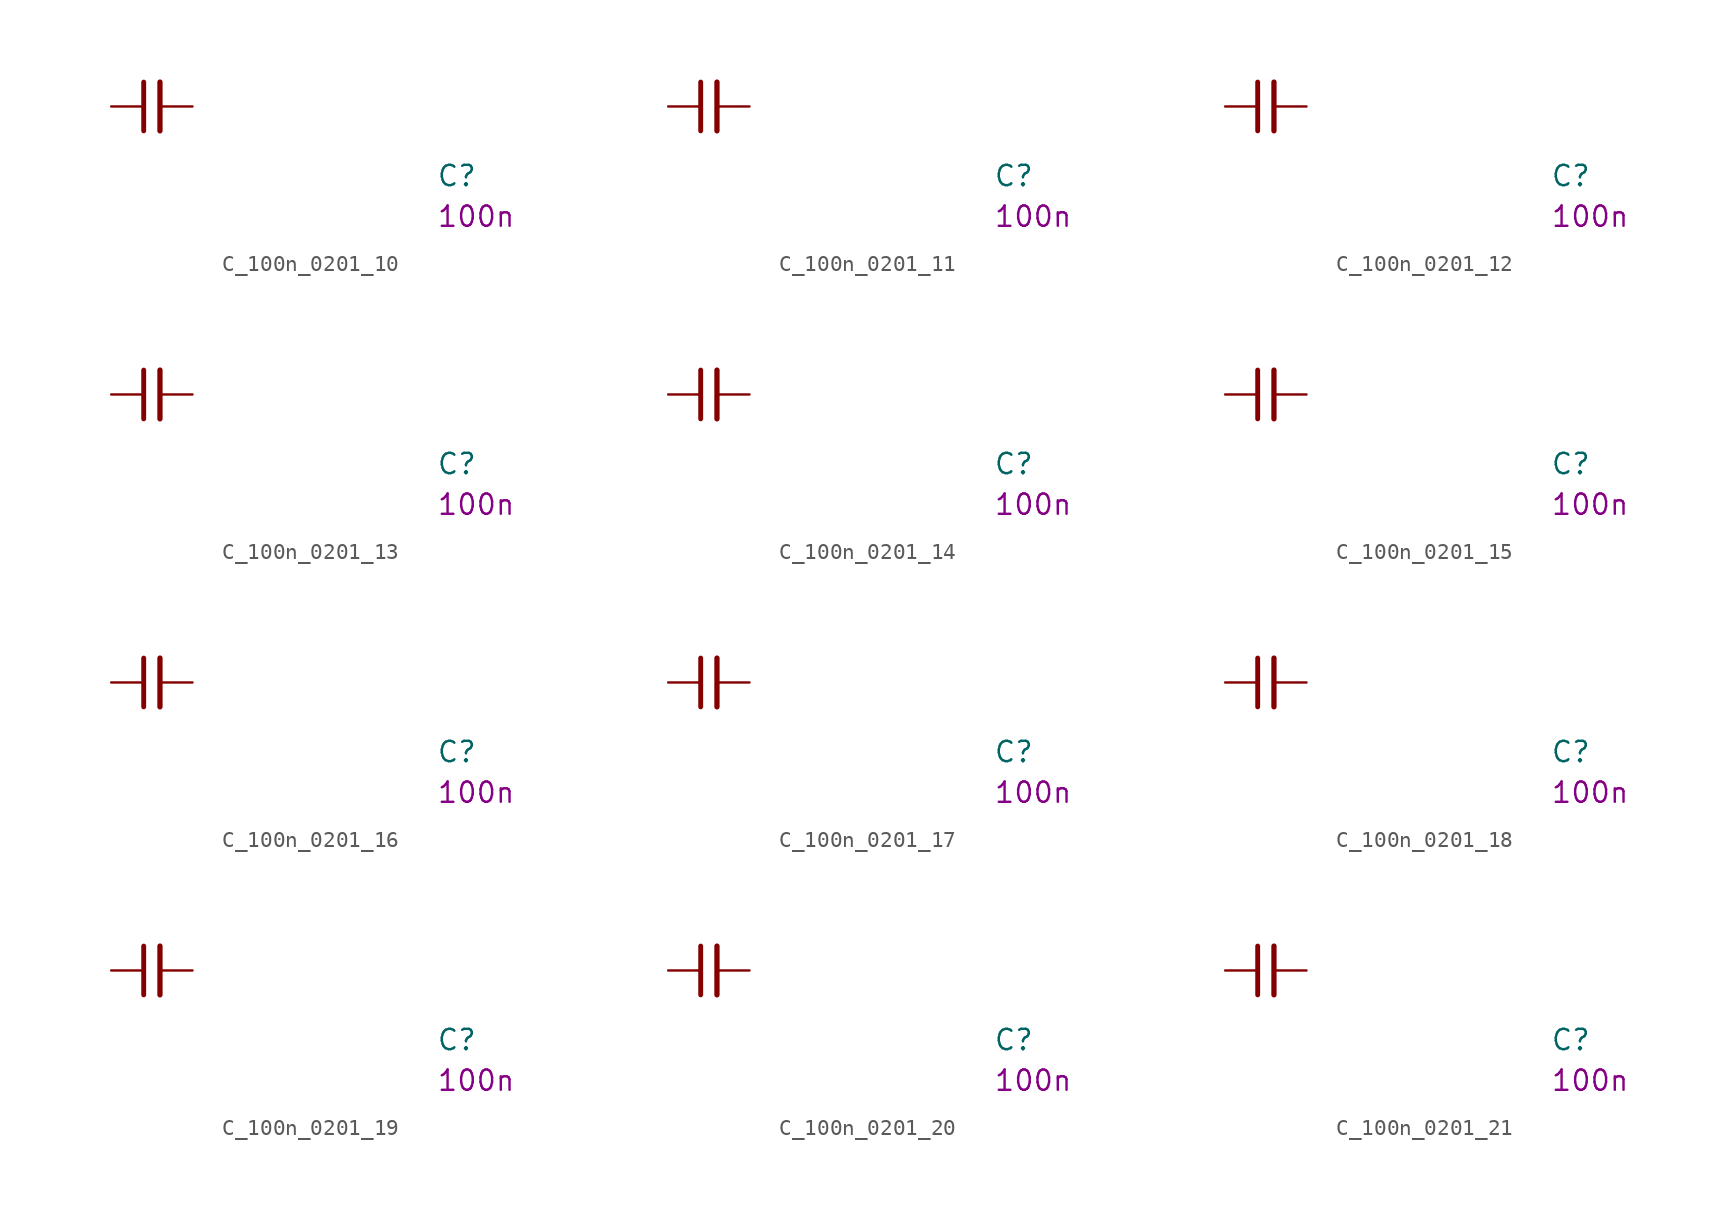
<source format=kicad_sym>
(kicad_symbol_lib
  (version 20211014)
  (generator kicad_symbol_editor)
  (symbol "lpddr4-testbed:C_100n_0201_10"
    (pin_numbers hide)
    (pin_names hide)
    (property "Reference" "C"
      (at 20.32 -5.08 0)
      (effects (font (size 1.27 1.27) (thickness 0.15)) (justify left bottom)))
    (property "Val" "100n"
      (at 20.32 -7.62 0)
      (effects (font (size 1.27 1.27) (thickness 0.15)) (justify left bottom)))
    (symbol "C_100n_0201_10_0_1"
      (polyline (pts (xy 2.032 -1.524) (xy 2.032 1.524)) (stroke (width 0.305) (type default)) (fill (type none)))
      (polyline (pts (xy 3.048 -1.524) (xy 3.048 1.524)) (stroke (width 0.33) (type default)) (fill (type none))))
    (symbol "C_100n_0201_10_1_1"
      (pin passive line (at 0 0 0) (length 2.032) (name "~" (effects (font (size 1.27 1.27)))) (number "1" (effects (font (size 1.27 1.27)))))
      (pin passive line (at 5.08 0 180) (length 2.032) (name "~" (effects (font (size 1.27 1.27)))) (number "2" (effects (font (size 1.27 1.27)))))))
  (symbol "lpddr4-testbed:C_100n_0201_11"
    (pin_numbers hide)
    (pin_names hide)
    (property "Reference" "C"
      (at 20.32 -5.08 0)
      (effects (font (size 1.27 1.27) (thickness 0.15)) (justify left bottom)))
    (property "Val" "100n"
      (at 20.32 -7.62 0)
      (effects (font (size 1.27 1.27) (thickness 0.15)) (justify left bottom)))
    (symbol "C_100n_0201_11_0_1"
      (polyline (pts (xy 2.032 -1.524) (xy 2.032 1.524)) (stroke (width 0.305) (type default)) (fill (type none)))
      (polyline (pts (xy 3.048 -1.524) (xy 3.048 1.524)) (stroke (width 0.33) (type default)) (fill (type none))))
    (symbol "C_100n_0201_11_1_1"
      (pin passive line (at 0 0 0) (length 2.032) (name "~" (effects (font (size 1.27 1.27)))) (number "1" (effects (font (size 1.27 1.27)))))
      (pin passive line (at 5.08 0 180) (length 2.032) (name "~" (effects (font (size 1.27 1.27)))) (number "2" (effects (font (size 1.27 1.27)))))))
  (symbol "lpddr4-testbed:C_100n_0201_12"
    (pin_numbers hide)
    (pin_names hide)
    (property "Reference" "C"
      (at 20.32 -5.08 0)
      (effects (font (size 1.27 1.27) (thickness 0.15)) (justify left bottom)))
    (property "Val" "100n"
      (at 20.32 -7.62 0)
      (effects (font (size 1.27 1.27) (thickness 0.15)) (justify left bottom)))
    (symbol "C_100n_0201_12_0_1"
      (polyline (pts (xy 2.032 -1.524) (xy 2.032 1.524)) (stroke (width 0.305) (type default)) (fill (type none)))
      (polyline (pts (xy 3.048 -1.524) (xy 3.048 1.524)) (stroke (width 0.33) (type default)) (fill (type none))))
    (symbol "C_100n_0201_12_1_1"
      (pin passive line (at 0 0 0) (length 2.032) (name "~" (effects (font (size 1.27 1.27)))) (number "1" (effects (font (size 1.27 1.27)))))
      (pin passive line (at 5.08 0 180) (length 2.032) (name "~" (effects (font (size 1.27 1.27)))) (number "2" (effects (font (size 1.27 1.27)))))))
  (symbol "lpddr4-testbed:C_100n_0201_13"
    (pin_numbers hide)
    (pin_names hide)
    (property "Reference" "C"
      (at 20.32 -5.08 0)
      (effects (font (size 1.27 1.27) (thickness 0.15)) (justify left bottom)))
    (property "Val" "100n"
      (at 20.32 -7.62 0)
      (effects (font (size 1.27 1.27) (thickness 0.15)) (justify left bottom)))
    (symbol "C_100n_0201_13_0_1"
      (polyline (pts (xy 2.032 -1.524) (xy 2.032 1.524)) (stroke (width 0.305) (type default)) (fill (type none)))
      (polyline (pts (xy 3.048 -1.524) (xy 3.048 1.524)) (stroke (width 0.33) (type default)) (fill (type none))))
    (symbol "C_100n_0201_13_1_1"
      (pin passive line (at 0 0 0) (length 2.032) (name "~" (effects (font (size 1.27 1.27)))) (number "1" (effects (font (size 1.27 1.27)))))
      (pin passive line (at 5.08 0 180) (length 2.032) (name "~" (effects (font (size 1.27 1.27)))) (number "2" (effects (font (size 1.27 1.27)))))))
  (symbol "lpddr4-testbed:C_100n_0201_14"
    (pin_numbers hide)
    (pin_names hide)
    (property "Reference" "C"
      (at 20.32 -5.08 0)
      (effects (font (size 1.27 1.27) (thickness 0.15)) (justify left bottom)))
    (property "Val" "100n"
      (at 20.32 -7.62 0)
      (effects (font (size 1.27 1.27) (thickness 0.15)) (justify left bottom)))
    (symbol "C_100n_0201_14_0_1"
      (polyline (pts (xy 2.032 -1.524) (xy 2.032 1.524)) (stroke (width 0.305) (type default)) (fill (type none)))
      (polyline (pts (xy 3.048 -1.524) (xy 3.048 1.524)) (stroke (width 0.33) (type default)) (fill (type none))))
    (symbol "C_100n_0201_14_1_1"
      (pin passive line (at 0 0 0) (length 2.032) (name "~" (effects (font (size 1.27 1.27)))) (number "1" (effects (font (size 1.27 1.27)))))
      (pin passive line (at 5.08 0 180) (length 2.032) (name "~" (effects (font (size 1.27 1.27)))) (number "2" (effects (font (size 1.27 1.27)))))))
  (symbol "lpddr4-testbed:C_100n_0201_15"
    (pin_numbers hide)
    (pin_names hide)
    (property "Reference" "C"
      (at 20.32 -5.08 0)
      (effects (font (size 1.27 1.27) (thickness 0.15)) (justify left bottom)))
    (property "Val" "100n"
      (at 20.32 -7.62 0)
      (effects (font (size 1.27 1.27) (thickness 0.15)) (justify left bottom)))
    (symbol "C_100n_0201_15_0_1"
      (polyline (pts (xy 2.032 -1.524) (xy 2.032 1.524)) (stroke (width 0.305) (type default)) (fill (type none)))
      (polyline (pts (xy 3.048 -1.524) (xy 3.048 1.524)) (stroke (width 0.33) (type default)) (fill (type none))))
    (symbol "C_100n_0201_15_1_1"
      (pin passive line (at 0 0 0) (length 2.032) (name "~" (effects (font (size 1.27 1.27)))) (number "1" (effects (font (size 1.27 1.27)))))
      (pin passive line (at 5.08 0 180) (length 2.032) (name "~" (effects (font (size 1.27 1.27)))) (number "2" (effects (font (size 1.27 1.27)))))))
  (symbol "lpddr4-testbed:C_100n_0201_16"
    (pin_numbers hide)
    (pin_names hide)
    (property "Reference" "C"
      (at 20.32 -5.08 0)
      (effects (font (size 1.27 1.27) (thickness 0.15)) (justify left bottom)))
    (property "Val" "100n"
      (at 20.32 -7.62 0)
      (effects (font (size 1.27 1.27) (thickness 0.15)) (justify left bottom)))
    (symbol "C_100n_0201_16_0_1"
      (polyline (pts (xy 2.032 -1.524) (xy 2.032 1.524)) (stroke (width 0.305) (type default)) (fill (type none)))
      (polyline (pts (xy 3.048 -1.524) (xy 3.048 1.524)) (stroke (width 0.33) (type default)) (fill (type none))))
    (symbol "C_100n_0201_16_1_1"
      (pin passive line (at 0 0 0) (length 2.032) (name "~" (effects (font (size 1.27 1.27)))) (number "1" (effects (font (size 1.27 1.27)))))
      (pin passive line (at 5.08 0 180) (length 2.032) (name "~" (effects (font (size 1.27 1.27)))) (number "2" (effects (font (size 1.27 1.27)))))))
  (symbol "lpddr4-testbed:C_100n_0201_17"
    (pin_numbers hide)
    (pin_names hide)
    (property "Reference" "C"
      (at 20.32 -5.08 0)
      (effects (font (size 1.27 1.27) (thickness 0.15)) (justify left bottom)))
    (property "Val" "100n"
      (at 20.32 -7.62 0)
      (effects (font (size 1.27 1.27) (thickness 0.15)) (justify left bottom)))
    (symbol "C_100n_0201_17_0_1"
      (polyline (pts (xy 2.032 -1.524) (xy 2.032 1.524)) (stroke (width 0.305) (type default)) (fill (type none)))
      (polyline (pts (xy 3.048 -1.524) (xy 3.048 1.524)) (stroke (width 0.33) (type default)) (fill (type none))))
    (symbol "C_100n_0201_17_1_1"
      (pin passive line (at 0 0 0) (length 2.032) (name "~" (effects (font (size 1.27 1.27)))) (number "1" (effects (font (size 1.27 1.27)))))
      (pin passive line (at 5.08 0 180) (length 2.032) (name "~" (effects (font (size 1.27 1.27)))) (number "2" (effects (font (size 1.27 1.27)))))))
  (symbol "lpddr4-testbed:C_100n_0201_18"
    (pin_numbers hide)
    (pin_names hide)
    (property "Reference" "C"
      (at 20.32 -5.08 0)
      (effects (font (size 1.27 1.27) (thickness 0.15)) (justify left bottom)))
    (property "Val" "100n"
      (at 20.32 -7.62 0)
      (effects (font (size 1.27 1.27) (thickness 0.15)) (justify left bottom)))
    (symbol "C_100n_0201_18_0_1"
      (polyline (pts (xy 2.032 -1.524) (xy 2.032 1.524)) (stroke (width 0.305) (type default)) (fill (type none)))
      (polyline (pts (xy 3.048 -1.524) (xy 3.048 1.524)) (stroke (width 0.33) (type default)) (fill (type none))))
    (symbol "C_100n_0201_18_1_1"
      (pin passive line (at 0 0 0) (length 2.032) (name "~" (effects (font (size 1.27 1.27)))) (number "1" (effects (font (size 1.27 1.27)))))
      (pin passive line (at 5.08 0 180) (length 2.032) (name "~" (effects (font (size 1.27 1.27)))) (number "2" (effects (font (size 1.27 1.27)))))))
  (symbol "lpddr4-testbed:C_100n_0201_19"
    (pin_numbers hide)
    (pin_names hide)
    (property "Reference" "C"
      (at 20.32 -5.08 0)
      (effects (font (size 1.27 1.27) (thickness 0.15)) (justify left bottom)))
    (property "Val" "100n"
      (at 20.32 -7.62 0)
      (effects (font (size 1.27 1.27) (thickness 0.15)) (justify left bottom)))
    (symbol "C_100n_0201_19_0_1"
      (polyline (pts (xy 2.032 -1.524) (xy 2.032 1.524)) (stroke (width 0.305) (type default)) (fill (type none)))
      (polyline (pts (xy 3.048 -1.524) (xy 3.048 1.524)) (stroke (width 0.33) (type default)) (fill (type none))))
    (symbol "C_100n_0201_19_1_1"
      (pin passive line (at 0 0 0) (length 2.032) (name "~" (effects (font (size 1.27 1.27)))) (number "1" (effects (font (size 1.27 1.27)))))
      (pin passive line (at 5.08 0 180) (length 2.032) (name "~" (effects (font (size 1.27 1.27)))) (number "2" (effects (font (size 1.27 1.27)))))))
  (symbol "lpddr4-testbed:C_100n_0201_20"
    (pin_numbers hide)
    (pin_names hide)
    (property "Reference" "C"
      (at 20.32 -5.08 0)
      (effects (font (size 1.27 1.27) (thickness 0.15)) (justify left bottom)))
    (property "Val" "100n"
      (at 20.32 -7.62 0)
      (effects (font (size 1.27 1.27) (thickness 0.15)) (justify left bottom)))
    (symbol "C_100n_0201_20_0_1"
      (polyline (pts (xy 2.032 -1.524) (xy 2.032 1.524)) (stroke (width 0.305) (type default)) (fill (type none)))
      (polyline (pts (xy 3.048 -1.524) (xy 3.048 1.524)) (stroke (width 0.33) (type default)) (fill (type none))))
    (symbol "C_100n_0201_20_1_1"
      (pin passive line (at 0 0 0) (length 2.032) (name "~" (effects (font (size 1.27 1.27)))) (number "1" (effects (font (size 1.27 1.27)))))
      (pin passive line (at 5.08 0 180) (length 2.032) (name "~" (effects (font (size 1.27 1.27)))) (number "2" (effects (font (size 1.27 1.27)))))))
  (symbol "lpddr4-testbed:C_100n_0201_21"
    (pin_numbers hide)
    (pin_names hide)
    (property "Reference" "C"
      (at 20.32 -5.08 0)
      (effects (font (size 1.27 1.27) (thickness 0.15)) (justify left bottom)))
    (property "Val" "100n"
      (at 20.32 -7.62 0)
      (effects (font (size 1.27 1.27) (thickness 0.15)) (justify left bottom)))
    (symbol "C_100n_0201_21_0_1"
      (polyline (pts (xy 2.032 -1.524) (xy 2.032 1.524)) (stroke (width 0.305) (type default)) (fill (type none)))
      (polyline (pts (xy 3.048 -1.524) (xy 3.048 1.524)) (stroke (width 0.33) (type default)) (fill (type none))))
    (symbol "C_100n_0201_21_1_1"
      (pin passive line (at 0 0 0) (length 2.032) (name "~" (effects (font (size 1.27 1.27)))) (number "1" (effects (font (size 1.27 1.27)))))
      (pin passive line (at 5.08 0 180) (length 2.032) (name "~" (effects (font (size 1.27 1.27)))) (number "2" (effects (font (size 1.27 1.27))))))))
</source>
